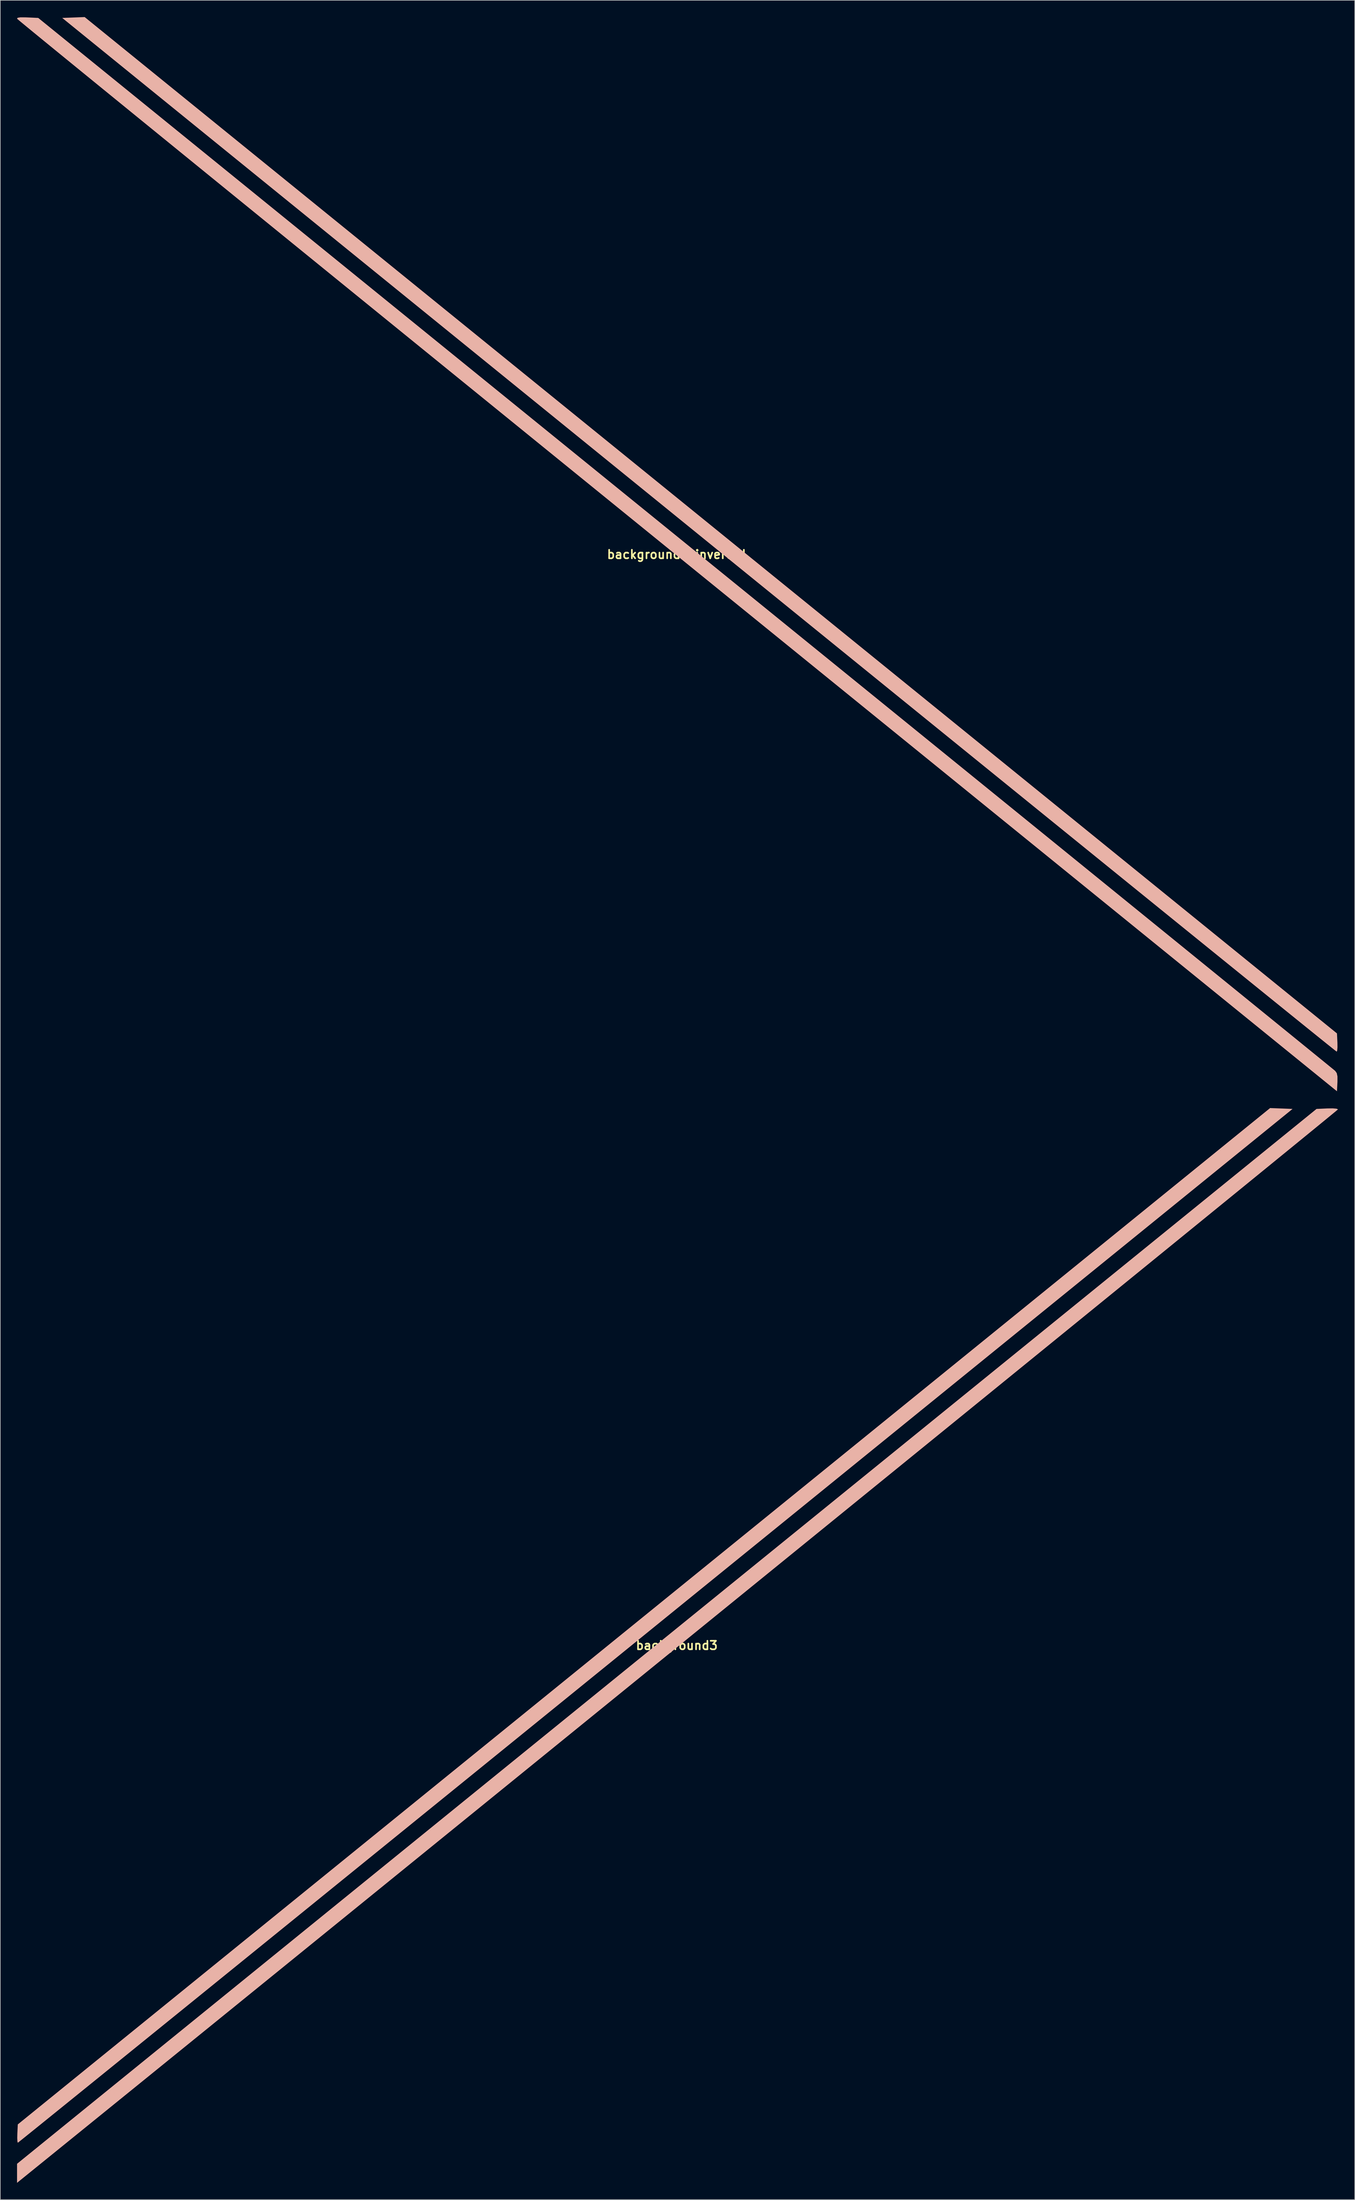
<source format=kicad_pcb>
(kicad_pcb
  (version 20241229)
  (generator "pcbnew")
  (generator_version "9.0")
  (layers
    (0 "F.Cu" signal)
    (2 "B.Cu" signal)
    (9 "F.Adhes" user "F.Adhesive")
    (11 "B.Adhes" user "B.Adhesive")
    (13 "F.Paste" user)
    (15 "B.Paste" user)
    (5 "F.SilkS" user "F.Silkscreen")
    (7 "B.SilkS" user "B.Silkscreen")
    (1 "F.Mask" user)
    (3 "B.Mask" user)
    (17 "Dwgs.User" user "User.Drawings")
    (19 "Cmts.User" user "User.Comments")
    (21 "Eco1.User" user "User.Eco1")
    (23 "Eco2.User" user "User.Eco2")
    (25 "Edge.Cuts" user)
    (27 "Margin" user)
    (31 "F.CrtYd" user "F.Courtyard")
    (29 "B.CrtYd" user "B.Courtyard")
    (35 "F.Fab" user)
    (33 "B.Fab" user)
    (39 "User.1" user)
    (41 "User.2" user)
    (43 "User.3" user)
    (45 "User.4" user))
  (footprint "background3_inverted"
    (layer "F.Cu")
    (at 117.957 96.065)
    (property "Reference" "background3_inverted" (at 0 0 0) (layer "F.SilkS") (effects (font (size 1.524 1.524) (thickness 0.3))))
    (attr board_only exclude_from_pos_files exclude_from_bom)
    (fp_poly (pts (xy 6.137 -5.222) (xy 118.136 85.622) (xy 118.215 87.261) (xy 118.225 88.109) (xy 118.173 88.696) (xy 118.083 88.884) (xy 117.867 88.718) (xy 117.251 88.228) (xy 116.249 87.424) (xy 114.87 86.314) (xy 113.127 84.909) (xy 111.033 83.218) (xy 108.597 81.25) (xy 105.833 79.015) (xy 102.751 76.523) (xy 99.364 73.782) (xy 95.683 70.803) (xy 91.72 67.595) (xy 87.487 64.167) (xy 82.995 60.529) (xy 78.257 56.69) (xy 73.283 52.66) (xy 68.085 48.448) (xy 62.676 44.064) (xy 57.067 39.518) (xy 51.269 34.818) (xy 45.295 29.974) (xy 39.155 24.996) (xy 32.863 19.893) (xy 26.429 14.675) (xy 19.865 9.351) (xy 13.183 3.931) (xy 6.395 -1.576) (xy 3.997 -3.521) (xy -109.878 -95.911) (xy -105.863 -96.065)) (stroke (width 0) (type solid)) (fill yes) (layer "B.SilkS"))
    (fp_poly (pts (xy -116.458 -96.013) (xy -116.115 -96) (xy -114.168 -95.911) (xy 1.587 -2.02) (xy 8.47 3.563) (xy 15.251 9.063) (xy 21.919 14.473) (xy 28.463 19.781) (xy 34.87 24.979) (xy 41.129 30.057) (xy 47.228 35.006) (xy 53.156 39.816) (xy 58.901 44.477) (xy 64.452 48.981) (xy 69.796 53.318) (xy 74.922 57.479) (xy 79.819 61.453) (xy 84.475 65.232) (xy 88.877 68.805) (xy 93.015 72.165) (xy 96.877 75.3) (xy 100.451 78.202) (xy 103.725 80.861) (xy 106.688 83.268) (xy 109.329 85.413) (xy 111.635 87.287) (xy 113.594 88.88) (xy 115.196 90.183) (xy 116.429 91.187) (xy 117.28 91.881) (xy 117.739 92.257) (xy 117.82 92.325) (xy 118.098 92.719) (xy 118.222 93.31) (xy 118.222 94.252) (xy 118.216 94.371) (xy 118.136 95.964) (xy 0.143 0.256) (xy -6.804 -5.379) (xy -13.648 -10.932) (xy -20.378 -16.393) (xy -26.983 -21.753) (xy -33.45 -27.002) (xy -39.77 -32.132) (xy -45.929 -37.133) (xy -51.916 -41.995) (xy -57.721 -46.709) (xy -63.331 -51.266) (xy -68.736 -55.657) (xy -73.922 -59.872) (xy -78.88 -63.902) (xy -83.598 -67.737) (xy -88.063 -71.368) (xy -92.265 -74.787) (xy -96.192 -77.982) (xy -99.832 -80.946) (xy -103.175 -83.668) (xy -106.208 -86.14) (xy -108.92 -88.351) (xy -111.3 -90.294) (xy -113.336 -91.957) (xy -115.016 -93.333) (xy -116.329 -94.411) (xy -117.264 -95.183) (xy -117.809 -95.638) (xy -117.957 -95.77) (xy -117.859 -95.937) (xy -117.38 -96.015)) (stroke (width 0) (type solid)) (fill yes) (layer "B.SilkS")))
  (footprint "background3"
    (layer "F.Cu")
    (at 118.004 291.095)
    (property "Reference" "background3" (at 0 0 0) (layer "F.SilkS") (effects (font (size 1.524 1.524) (thickness 0.3))))
    (attr board_only exclude_from_pos_files exclude_from_bom)
    (fp_poly (pts (xy 108.135 -95.988) (xy 110.143 -95.911) (xy -3.784 -3.506) (xy -10.608 2.029) (xy -17.33 7.481) (xy -23.938 12.839) (xy -30.419 18.095) (xy -36.764 23.239) (xy -42.959 28.261) (xy -48.993 33.152) (xy -54.854 37.903) (xy -60.531 42.504) (xy -66.011 46.946) (xy -71.284 51.219) (xy -76.338 55.313) (xy -81.16 59.22) (xy -85.739 62.929) (xy -90.064 66.431) (xy -94.123 69.717) (xy -97.903 72.778) (xy -101.394 75.603) (xy -104.583 78.183) (xy -107.459 80.509) (xy -110.01 82.572) (xy -112.225 84.361) (xy -114.091 85.868) (xy -115.598 87.083) (xy -116.733 87.996) (xy -117.484 88.598) (xy -117.84 88.879) (xy -117.87 88.9) (xy -117.941 88.66) (xy -117.969 88.033) (xy -117.951 87.261) (xy -117.872 85.622) (xy -5.872 -5.222) (xy 106.127 -96.065)) (stroke (width 0) (type solid)) (fill yes) (layer "B.SilkS"))
    (fp_poly (pts (xy 118.01 -95.953) (xy 118.269 -95.835) (xy 118.269 -95.831) (xy 118.066 -95.655) (xy 117.465 -95.158) (xy 116.481 -94.348) (xy 115.126 -93.239) (xy 113.415 -91.84) (xy 111.361 -90.164) (xy 108.977 -88.22) (xy 106.277 -86.02) (xy 103.275 -83.574) (xy 99.985 -80.895) (xy 96.419 -77.993) (xy 92.592 -74.878) (xy 88.517 -71.563) (xy 84.207 -68.058) (xy 79.677 -64.374) (xy 74.939 -60.522) (xy 70.008 -56.513) (xy 64.897 -52.358) (xy 59.619 -48.069) (xy 54.189 -43.655) (xy 48.619 -39.129) (xy 42.923 -34.502) (xy 37.116 -29.784) (xy 31.209 -24.986) (xy 25.218 -20.119) (xy 19.156 -15.195) (xy 13.035 -10.225) (xy 6.871 -5.219) (xy 0.676 -0.188) (xy -5.537 4.856) (xy -11.752 9.902) (xy -17.958 14.94) (xy -24.14 19.958) (xy -30.284 24.945) (xy -36.378 29.891) (xy -42.407 34.783) (xy -48.358 39.612) (xy -54.217 44.367) (xy -59.972 49.035) (xy -65.607 53.606) (xy -71.11 58.07) (xy -76.468 62.414) (xy -81.665 66.629) (xy -86.69 70.702) (xy -91.527 74.623) (xy -96.165 78.382) (xy -100.589 81.966) (xy -104.785 85.365) (xy -108.74 88.567) (xy -112.44 91.563) (xy -115.872 94.34) (xy -115.947 94.401) (xy -118.004 96.065) (xy -118.004 92.661) (xy 114.432 -95.911) (xy 116.351 -95.999) (xy 117.335 -96.011)) (stroke (width 0) (type solid)) (fill yes) (layer "B.SilkS")))
  (gr_rect
    (start -3 -3)
    (end 239.273 390.159)
    (stroke (width 0.1) (type default))
    (fill no)
    (layer "Edge.Cuts")))
</source>
